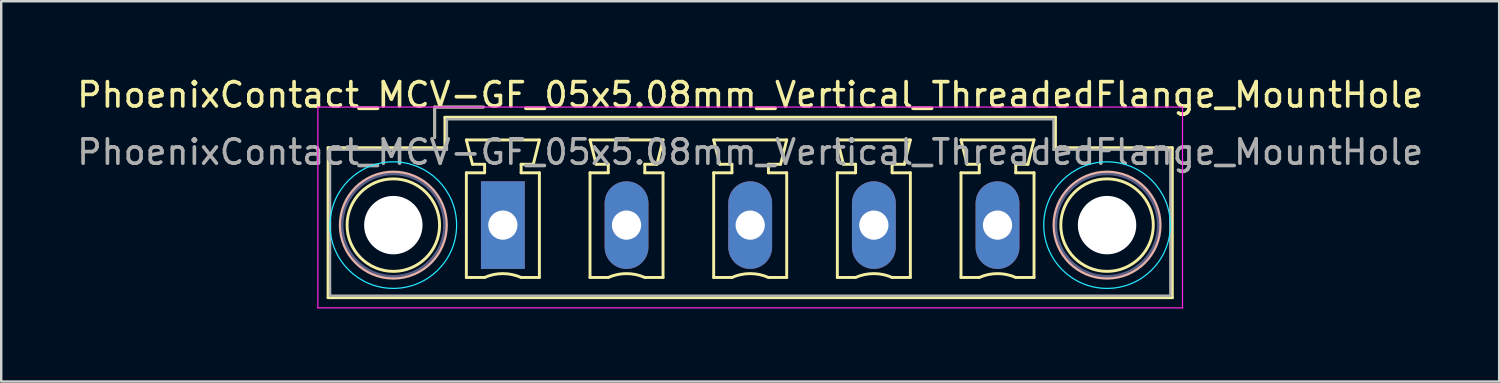
<source format=kicad_pcb>
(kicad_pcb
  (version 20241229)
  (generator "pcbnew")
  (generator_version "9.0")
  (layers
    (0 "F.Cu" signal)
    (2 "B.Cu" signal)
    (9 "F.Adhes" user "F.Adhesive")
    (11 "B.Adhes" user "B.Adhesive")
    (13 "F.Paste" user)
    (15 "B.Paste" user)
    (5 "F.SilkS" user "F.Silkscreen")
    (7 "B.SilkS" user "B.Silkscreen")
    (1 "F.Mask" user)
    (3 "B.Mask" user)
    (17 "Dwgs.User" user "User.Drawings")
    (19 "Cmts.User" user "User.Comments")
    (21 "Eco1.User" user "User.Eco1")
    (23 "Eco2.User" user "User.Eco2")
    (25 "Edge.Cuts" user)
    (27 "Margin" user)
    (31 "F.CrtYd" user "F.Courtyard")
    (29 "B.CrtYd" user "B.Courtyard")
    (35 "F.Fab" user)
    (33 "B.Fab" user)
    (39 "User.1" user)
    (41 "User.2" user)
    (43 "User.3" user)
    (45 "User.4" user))
  (footprint "PhoenixContact_MCV-GF_05x5.08mm_Vertical_ThreadedFlange_MountHole"
    (layer "F.Cu")
    (at 17.608 6.198)
    (property "Reference" "PhoenixContact_MCV-GF_05x5.08mm_Vertical_ThreadedFlange_MountHole" (at 10.16 -5.35 0) (layer "F.SilkS") (effects (font (size 1 1) (thickness 0.15))))
    (attr through_hole)
    (fp_line (start -7.18 -3.18) (end -7.18 2.98) (stroke (width 0.12) (type solid)) (layer "F.SilkS"))
    (fp_line (start -7.18 2.98) (end 27.5 2.98) (stroke (width 0.12) (type solid)) (layer "F.SilkS"))
    (fp_line (start -2.8 -4.85) (end -0.8 -4.85) (stroke (width 0.12) (type solid)) (layer "F.SilkS"))
    (fp_line (start -2.8 -3.6) (end -2.8 -4.85) (stroke (width 0.12) (type solid)) (layer "F.SilkS"))
    (fp_line (start -2.38 -4.43) (end -2.38 -3.18) (stroke (width 0.12) (type solid)) (layer "F.SilkS"))
    (fp_line (start -2.38 -3.18) (end -7.18 -3.18) (stroke (width 0.12) (type solid)) (layer "F.SilkS"))
    (fp_line (start -1.5 -3.5) (end 1.5 -3.5) (stroke (width 0.12) (type solid)) (layer "F.SilkS"))
    (fp_line (start -1.5 -2.15) (end -0.75 -2.15) (stroke (width 0.12) (type solid)) (layer "F.SilkS"))
    (fp_line (start -1.5 2.15) (end -1.5 -2.15) (stroke (width 0.12) (type solid)) (layer "F.SilkS"))
    (fp_line (start -1.25 -2.5) (end -1.5 -3.5) (stroke (width 0.12) (type solid)) (layer "F.SilkS"))
    (fp_line (start -0.75 -2.5) (end -1.25 -2.5) (stroke (width 0.12) (type solid)) (layer "F.SilkS"))
    (fp_line (start -0.75 -2.15) (end -0.75 -2.5) (stroke (width 0.12) (type solid)) (layer "F.SilkS"))
    (fp_line (start -0.75 2.15) (end -1.5 2.15) (stroke (width 0.12) (type solid)) (layer "F.SilkS"))
    (fp_line (start 0.75 -2.5) (end 0.75 -2.15) (stroke (width 0.12) (type solid)) (layer "F.SilkS"))
    (fp_line (start 0.75 -2.15) (end 1.5 -2.15) (stroke (width 0.12) (type solid)) (layer "F.SilkS"))
    (fp_line (start 1.25 -2.5) (end 0.75 -2.5) (stroke (width 0.12) (type solid)) (layer "F.SilkS"))
    (fp_line (start 1.5 -3.5) (end 1.25 -2.5) (stroke (width 0.12) (type solid)) (layer "F.SilkS"))
    (fp_line (start 1.5 -2.15) (end 1.5 2.15) (stroke (width 0.12) (type solid)) (layer "F.SilkS"))
    (fp_line (start 1.5 2.15) (end 0.75 2.15) (stroke (width 0.12) (type solid)) (layer "F.SilkS"))
    (fp_line (start 3.58 -3.5) (end 6.58 -3.5) (stroke (width 0.12) (type solid)) (layer "F.SilkS"))
    (fp_line (start 3.58 -2.15) (end 4.33 -2.15) (stroke (width 0.12) (type solid)) (layer "F.SilkS"))
    (fp_line (start 3.58 2.15) (end 3.58 -2.15) (stroke (width 0.12) (type solid)) (layer "F.SilkS"))
    (fp_line (start 3.83 -2.5) (end 3.58 -3.5) (stroke (width 0.12) (type solid)) (layer "F.SilkS"))
    (fp_line (start 4.33 -2.5) (end 3.83 -2.5) (stroke (width 0.12) (type solid)) (layer "F.SilkS"))
    (fp_line (start 4.33 -2.15) (end 4.33 -2.5) (stroke (width 0.12) (type solid)) (layer "F.SilkS"))
    (fp_line (start 4.33 2.15) (end 3.58 2.15) (stroke (width 0.12) (type solid)) (layer "F.SilkS"))
    (fp_line (start 5.83 -2.5) (end 5.83 -2.15) (stroke (width 0.12) (type solid)) (layer "F.SilkS"))
    (fp_line (start 5.83 -2.15) (end 6.58 -2.15) (stroke (width 0.12) (type solid)) (layer "F.SilkS"))
    (fp_line (start 6.33 -2.5) (end 5.83 -2.5) (stroke (width 0.12) (type solid)) (layer "F.SilkS"))
    (fp_line (start 6.58 -3.5) (end 6.33 -2.5) (stroke (width 0.12) (type solid)) (layer "F.SilkS"))
    (fp_line (start 6.58 -2.15) (end 6.58 2.15) (stroke (width 0.12) (type solid)) (layer "F.SilkS"))
    (fp_line (start 6.58 2.15) (end 5.83 2.15) (stroke (width 0.12) (type solid)) (layer "F.SilkS"))
    (fp_line (start 8.66 -3.5) (end 11.66 -3.5) (stroke (width 0.12) (type solid)) (layer "F.SilkS"))
    (fp_line (start 8.66 -2.15) (end 9.41 -2.15) (stroke (width 0.12) (type solid)) (layer "F.SilkS"))
    (fp_line (start 8.66 2.15) (end 8.66 -2.15) (stroke (width 0.12) (type solid)) (layer "F.SilkS"))
    (fp_line (start 8.91 -2.5) (end 8.66 -3.5) (stroke (width 0.12) (type solid)) (layer "F.SilkS"))
    (fp_line (start 9.41 -2.5) (end 8.91 -2.5) (stroke (width 0.12) (type solid)) (layer "F.SilkS"))
    (fp_line (start 9.41 -2.15) (end 9.41 -2.5) (stroke (width 0.12) (type solid)) (layer "F.SilkS"))
    (fp_line (start 9.41 2.15) (end 8.66 2.15) (stroke (width 0.12) (type solid)) (layer "F.SilkS"))
    (fp_line (start 10.91 -2.5) (end 10.91 -2.15) (stroke (width 0.12) (type solid)) (layer "F.SilkS"))
    (fp_line (start 10.91 -2.15) (end 11.66 -2.15) (stroke (width 0.12) (type solid)) (layer "F.SilkS"))
    (fp_line (start 11.41 -2.5) (end 10.91 -2.5) (stroke (width 0.12) (type solid)) (layer "F.SilkS"))
    (fp_line (start 11.66 -3.5) (end 11.41 -2.5) (stroke (width 0.12) (type solid)) (layer "F.SilkS"))
    (fp_line (start 11.66 -2.15) (end 11.66 2.15) (stroke (width 0.12) (type solid)) (layer "F.SilkS"))
    (fp_line (start 11.66 2.15) (end 10.91 2.15) (stroke (width 0.12) (type solid)) (layer "F.SilkS"))
    (fp_line (start 13.74 -3.5) (end 16.74 -3.5) (stroke (width 0.12) (type solid)) (layer "F.SilkS"))
    (fp_line (start 13.74 -2.15) (end 14.49 -2.15) (stroke (width 0.12) (type solid)) (layer "F.SilkS"))
    (fp_line (start 13.74 2.15) (end 13.74 -2.15) (stroke (width 0.12) (type solid)) (layer "F.SilkS"))
    (fp_line (start 13.99 -2.5) (end 13.74 -3.5) (stroke (width 0.12) (type solid)) (layer "F.SilkS"))
    (fp_line (start 14.49 -2.5) (end 13.99 -2.5) (stroke (width 0.12) (type solid)) (layer "F.SilkS"))
    (fp_line (start 14.49 -2.15) (end 14.49 -2.5) (stroke (width 0.12) (type solid)) (layer "F.SilkS"))
    (fp_line (start 14.49 2.15) (end 13.74 2.15) (stroke (width 0.12) (type solid)) (layer "F.SilkS"))
    (fp_line (start 15.99 -2.5) (end 15.99 -2.15) (stroke (width 0.12) (type solid)) (layer "F.SilkS"))
    (fp_line (start 15.99 -2.15) (end 16.74 -2.15) (stroke (width 0.12) (type solid)) (layer "F.SilkS"))
    (fp_line (start 16.49 -2.5) (end 15.99 -2.5) (stroke (width 0.12) (type solid)) (layer "F.SilkS"))
    (fp_line (start 16.74 -3.5) (end 16.49 -2.5) (stroke (width 0.12) (type solid)) (layer "F.SilkS"))
    (fp_line (start 16.74 -2.15) (end 16.74 2.15) (stroke (width 0.12) (type solid)) (layer "F.SilkS"))
    (fp_line (start 16.74 2.15) (end 15.99 2.15) (stroke (width 0.12) (type solid)) (layer "F.SilkS"))
    (fp_line (start 18.82 -3.5) (end 21.82 -3.5) (stroke (width 0.12) (type solid)) (layer "F.SilkS"))
    (fp_line (start 18.82 -2.15) (end 19.57 -2.15) (stroke (width 0.12) (type solid)) (layer "F.SilkS"))
    (fp_line (start 18.82 2.15) (end 18.82 -2.15) (stroke (width 0.12) (type solid)) (layer "F.SilkS"))
    (fp_line (start 19.07 -2.5) (end 18.82 -3.5) (stroke (width 0.12) (type solid)) (layer "F.SilkS"))
    (fp_line (start 19.57 -2.5) (end 19.07 -2.5) (stroke (width 0.12) (type solid)) (layer "F.SilkS"))
    (fp_line (start 19.57 -2.15) (end 19.57 -2.5) (stroke (width 0.12) (type solid)) (layer "F.SilkS"))
    (fp_line (start 19.57 2.15) (end 18.82 2.15) (stroke (width 0.12) (type solid)) (layer "F.SilkS"))
    (fp_line (start 21.07 -2.5) (end 21.07 -2.15) (stroke (width 0.12) (type solid)) (layer "F.SilkS"))
    (fp_line (start 21.07 -2.15) (end 21.82 -2.15) (stroke (width 0.12) (type solid)) (layer "F.SilkS"))
    (fp_line (start 21.57 -2.5) (end 21.07 -2.5) (stroke (width 0.12) (type solid)) (layer "F.SilkS"))
    (fp_line (start 21.82 -3.5) (end 21.57 -2.5) (stroke (width 0.12) (type solid)) (layer "F.SilkS"))
    (fp_line (start 21.82 -2.15) (end 21.82 2.15) (stroke (width 0.12) (type solid)) (layer "F.SilkS"))
    (fp_line (start 21.82 2.15) (end 21.07 2.15) (stroke (width 0.12) (type solid)) (layer "F.SilkS"))
    (fp_line (start 22.7 -4.43) (end -2.38 -4.43) (stroke (width 0.12) (type solid)) (layer "F.SilkS"))
    (fp_line (start 22.7 -3.18) (end 22.7 -4.43) (stroke (width 0.12) (type solid)) (layer "F.SilkS"))
    (fp_line (start 27.5 -3.18) (end 22.7 -3.18) (stroke (width 0.12) (type solid)) (layer "F.SilkS"))
    (fp_line (start 27.5 2.98) (end 27.5 -3.18) (stroke (width 0.12) (type solid)) (layer "F.SilkS"))
    (fp_arc (start -0.75 2.15) (mid -0.000193 1.99191) (end 0.749647 2.149844) (stroke (width 0.12) (type solid)) (layer "F.SilkS"))
    (fp_arc (start 4.33 2.15) (mid 5.079807 1.99191) (end 5.829647 2.149844) (stroke (width 0.12) (type solid)) (layer "F.SilkS"))
    (fp_arc (start 9.41 2.15) (mid 10.159807 1.99191) (end 10.909647 2.149844) (stroke (width 0.12) (type solid)) (layer "F.SilkS"))
    (fp_arc (start 14.49 2.15) (mid 15.239807 1.99191) (end 15.989647 2.149844) (stroke (width 0.12) (type solid)) (layer "F.SilkS"))
    (fp_arc (start 19.57 2.15) (mid 20.319807 1.99191) (end 21.069647 2.149844) (stroke (width 0.12) (type solid)) (layer "F.SilkS"))
    (fp_circle (center -4.5 0) (end -2.6 0) (stroke (width 0.12) (type solid)) (fill no) (layer "F.SilkS"))
    (fp_circle (center 24.82 0) (end 26.72 0) (stroke (width 0.12) (type solid)) (fill no) (layer "F.SilkS"))
    (fp_circle (center -4.5 0) (end -2.32 0) (stroke (width 0.12) (type solid)) (fill no) (layer "B.SilkS"))
    (fp_circle (center 24.82 0) (end 27 0) (stroke (width 0.12) (type solid)) (fill no) (layer "B.SilkS"))
    (fp_circle (center -4.5 0) (end -1.9 0) (stroke (width 0.05) (type solid)) (fill no) (layer "B.CrtYd"))
    (fp_circle (center 24.82 0) (end 27.42 0) (stroke (width 0.05) (type solid)) (fill no) (layer "B.CrtYd"))
    (fp_line (start -7.6 -4.85) (end -7.6 3.4) (stroke (width 0.05) (type solid)) (layer "F.CrtYd"))
    (fp_line (start -7.6 3.4) (end 27.92 3.4) (stroke (width 0.05) (type solid)) (layer "F.CrtYd"))
    (fp_line (start 27.92 -4.85) (end -7.6 -4.85) (stroke (width 0.05) (type solid)) (layer "F.CrtYd"))
    (fp_line (start 27.92 3.4) (end 27.92 -4.85) (stroke (width 0.05) (type solid)) (layer "F.CrtYd"))
    (fp_circle (center -4.5 0) (end -2.4 0) (stroke (width 0.1) (type solid)) (fill no) (layer "B.Fab"))
    (fp_circle (center 24.82 0) (end 26.92 0) (stroke (width 0.1) (type solid)) (fill no) (layer "B.Fab"))
    (fp_line (start -7.1 -3.1) (end -7.1 2.9) (stroke (width 0.1) (type solid)) (layer "F.Fab"))
    (fp_line (start -7.1 2.9) (end 27.42 2.9) (stroke (width 0.1) (type solid)) (layer "F.Fab"))
    (fp_line (start -2.8 -4.85) (end -0.8 -4.85) (stroke (width 0.1) (type solid)) (layer "F.Fab"))
    (fp_line (start -2.8 -3.6) (end -2.8 -4.85) (stroke (width 0.1) (type solid)) (layer "F.Fab"))
    (fp_line (start -2.3 -4.35) (end -2.3 -3.1) (stroke (width 0.1) (type solid)) (layer "F.Fab"))
    (fp_line (start -2.3 -3.1) (end -7.1 -3.1) (stroke (width 0.1) (type solid)) (layer "F.Fab"))
    (fp_line (start 22.62 -4.35) (end -2.3 -4.35) (stroke (width 0.1) (type solid)) (layer "F.Fab"))
    (fp_line (start 22.62 -3.1) (end 22.62 -4.35) (stroke (width 0.1) (type solid)) (layer "F.Fab"))
    (fp_line (start 27.42 -3.1) (end 22.62 -3.1) (stroke (width 0.1) (type solid)) (layer "F.Fab"))
    (fp_line (start 27.42 2.9) (end 27.42 -3.1) (stroke (width 0.1) (type solid)) (layer "F.Fab"))
    (fp_text user "${REFERENCE}" (at 10.16 -3 0) (layer "F.Fab") (effects (font (size 1 1) (thickness 0.15))))
    (pad "" np_thru_hole circle (at -4.5 0) (size 2.4 2.4) (drill 2.4) (layers "*.Cu" "*.Mask"))
    (pad "" np_thru_hole circle (at 24.82 0) (size 2.4 2.4) (drill 2.4) (layers "*.Cu" "*.Mask"))
    (pad "1" thru_hole rect (at 0 0) (size 1.8 3.6) (drill 1.2) (layers "*.Cu" "*.Mask"))
    (pad "2" thru_hole oval (at 5.08 0) (size 1.8 3.6) (drill 1.2) (layers "*.Cu" "*.Mask"))
    (pad "3" thru_hole oval (at 10.16 0) (size 1.8 3.6) (drill 1.2) (layers "*.Cu" "*.Mask"))
    (pad "4" thru_hole oval (at 15.24 0) (size 1.8 3.6) (drill 1.2) (layers "*.Cu" "*.Mask"))
    (pad "5" thru_hole oval (at 20.32 0) (size 1.8 3.6) (drill 1.2) (layers "*.Cu" "*.Mask")))
  (gr_rect
    (start -3 -3)
    (end 58.536 12.623)
    (stroke (width 0.1) (type default))
    (fill no)
    (layer "Edge.Cuts")))
</source>
